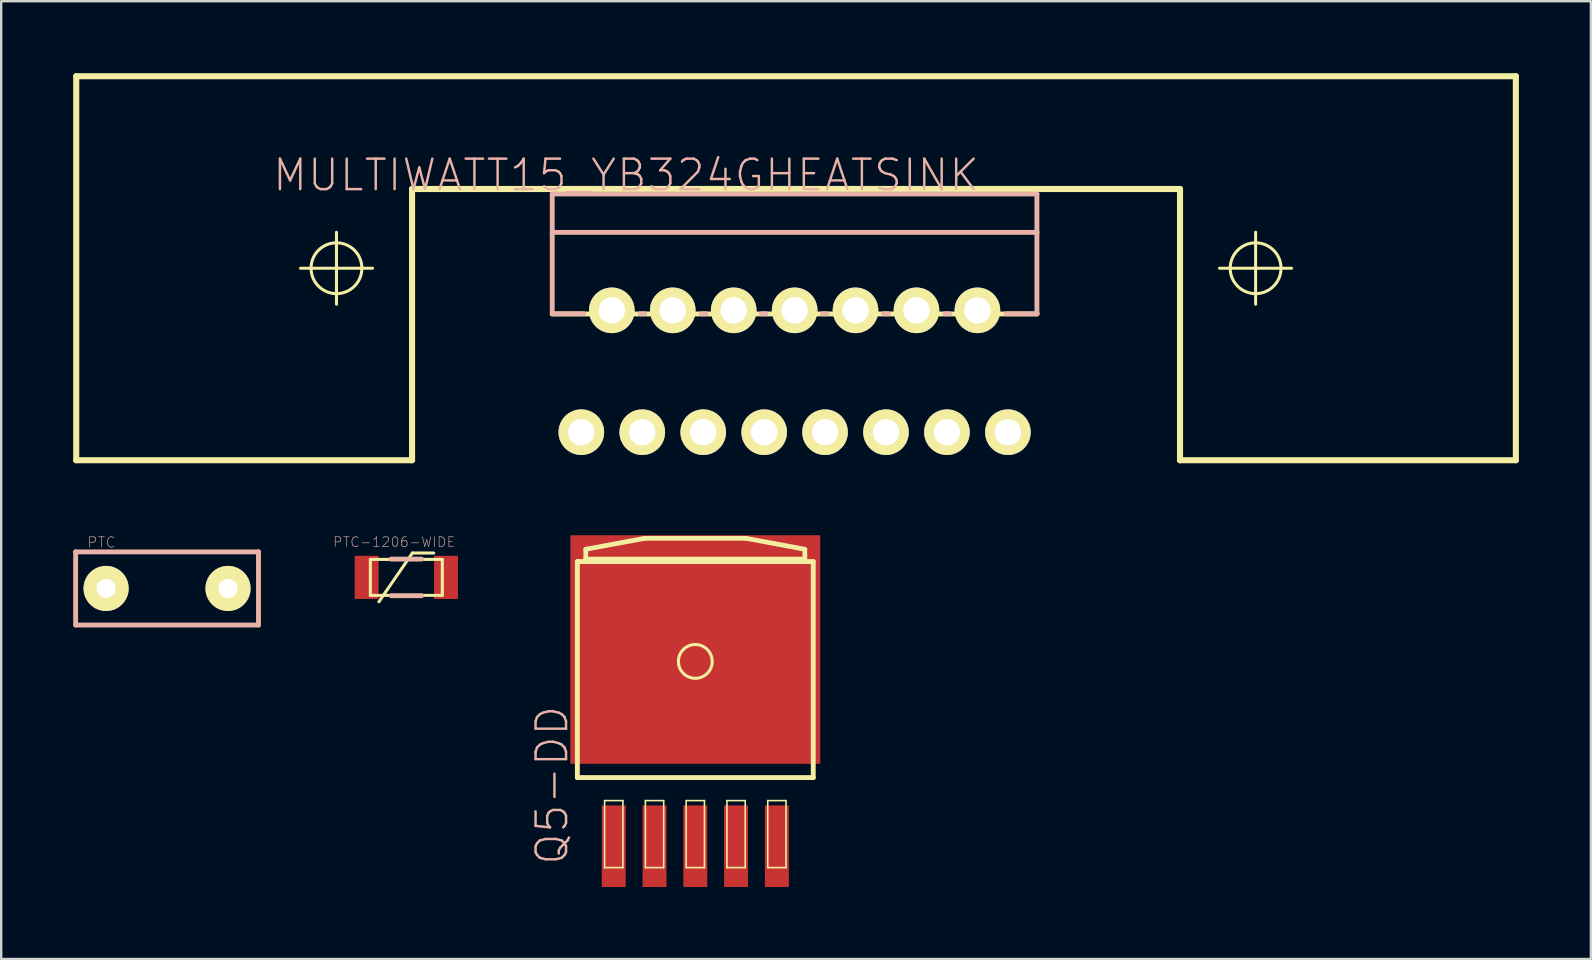
<source format=kicad_pcb>
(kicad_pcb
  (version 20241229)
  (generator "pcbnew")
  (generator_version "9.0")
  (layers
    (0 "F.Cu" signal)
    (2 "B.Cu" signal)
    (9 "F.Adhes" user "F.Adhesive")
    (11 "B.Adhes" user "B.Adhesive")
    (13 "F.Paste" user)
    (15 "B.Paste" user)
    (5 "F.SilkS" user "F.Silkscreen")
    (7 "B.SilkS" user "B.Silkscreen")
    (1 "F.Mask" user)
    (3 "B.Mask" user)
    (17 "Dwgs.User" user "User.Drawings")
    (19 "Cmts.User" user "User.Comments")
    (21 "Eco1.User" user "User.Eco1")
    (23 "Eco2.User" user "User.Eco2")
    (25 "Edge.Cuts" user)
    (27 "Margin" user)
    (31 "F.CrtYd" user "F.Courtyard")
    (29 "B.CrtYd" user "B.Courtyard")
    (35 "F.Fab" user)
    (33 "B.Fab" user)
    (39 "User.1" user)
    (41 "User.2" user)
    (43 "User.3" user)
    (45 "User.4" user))
  (footprint "PTC"
    (layer "F.Cu")
    (at 3.912 21.473)
    (property "Reference" "PTC" (at -2.731 -1.92 0) (layer "B.SilkS") (effects (font (size 0.432 0.432) (thickness 0.025))))
    (attr exclude_from_pos_files exclude_from_bom)
    (fp_line (start -3.81 -1.524) (end 3.81 -1.524) (stroke (width 0.203) (type solid)) (layer "B.SilkS"))
    (fp_line (start -3.81 1.524) (end -3.81 -1.524) (stroke (width 0.203) (type solid)) (layer "B.SilkS"))
    (fp_line (start 3.81 -1.524) (end 3.81 1.524) (stroke (width 0.203) (type solid)) (layer "B.SilkS"))
    (fp_line (start 3.81 1.524) (end -3.81 1.524) (stroke (width 0.203) (type solid)) (layer "B.SilkS"))
    (pad "P$1" thru_hole circle (at -2.54 0) (size 1.88 1.88) (drill 0.798) (layers "*.Cu" "F.Mask" "F.SilkS" "F.Paste"))
    (pad "P$2" thru_hole circle (at 2.54 0) (size 1.88 1.88) (drill 0.798) (layers "*.Cu" "F.Mask" "F.SilkS" "F.Paste")))
  (footprint "PTC-1206-WIDE"
    (layer "F.Cu")
    (at 13.883 21.012)
    (property "Reference" "PTC-1206-WIDE" (at -0.508 -1.473 0) (layer "B.SilkS") (effects (font (size 0.406 0.406) (thickness 0.025))))
    (attr smd)
    (fp_line (start -1.499 -0.749) (end 1.499 -0.749) (stroke (width 0.127) (type solid)) (layer "F.SilkS"))
    (fp_line (start -1.499 0.749) (end -1.499 -0.749) (stroke (width 0.127) (type solid)) (layer "F.SilkS"))
    (fp_line (start -1.143 1.016) (end 0.254 -1.016) (stroke (width 0.127) (type solid)) (layer "F.SilkS"))
    (fp_line (start 0.254 -1.016) (end 1.143 -1.016) (stroke (width 0.127) (type solid)) (layer "F.SilkS"))
    (fp_line (start 1.499 -0.749) (end 1.499 0.749) (stroke (width 0.127) (type solid)) (layer "F.SilkS"))
    (fp_line (start 1.499 0.749) (end -1.499 0.749) (stroke (width 0.127) (type solid)) (layer "F.SilkS"))
    (fp_line (start -0.635 -0.762) (end 0.635 -0.762) (stroke (width 0.203) (type solid)) (layer "B.SilkS"))
    (fp_line (start 0.635 0.762) (end -0.635 0.762) (stroke (width 0.203) (type solid)) (layer "B.SilkS"))
    (pad "1" smd rect (at -1.654 0) (size 0.998 1.798) (layers "F.Cu" "F.Mask" "F.Paste"))
    (pad "2" smd rect (at 1.654 0) (size 0.998 1.798) (layers "F.Cu" "F.Mask" "F.Paste")))
  (footprint "Q5-DD"
    (layer "F.Cu")
    (at 25.926 24.341)
    (property "Reference" "Q5-DD" (at -5.969 5.334 90) (layer "B.SilkS") (effects (font (size 1.27 1.27) (thickness 0.102))))
    (attr smd)
    (fp_line (start -4.915 -3.988) (end 4.915 -3.988) (stroke (width 0.203) (type solid)) (layer "F.SilkS"))
    (fp_line (start -4.915 5.014) (end -4.915 -3.988) (stroke (width 0.203) (type solid)) (layer "F.SilkS"))
    (fp_line (start -4.564 -4.501) (end -2.108 -4.958) (stroke (width 0.198) (type solid)) (layer "F.SilkS"))
    (fp_line (start -4.564 -4.092) (end -4.564 -4.501) (stroke (width 0.198) (type solid)) (layer "F.SilkS"))
    (fp_line (start -3.78 5.972) (end -3.018 5.972) (stroke (width 0.066) (type solid)) (layer "F.SilkS"))
    (fp_line (start -3.78 8.766) (end -3.78 5.972) (stroke (width 0.066) (type solid)) (layer "F.SilkS"))
    (fp_line (start -3.78 8.766) (end -3.018 8.766) (stroke (width 0.066) (type solid)) (layer "F.SilkS"))
    (fp_line (start -3.018 8.766) (end -3.018 5.972) (stroke (width 0.066) (type solid)) (layer "F.SilkS"))
    (fp_line (start -2.108 -4.958) (end 2.108 -4.958) (stroke (width 0.198) (type solid)) (layer "F.SilkS"))
    (fp_line (start -2.08 5.972) (end -1.318 5.972) (stroke (width 0.066) (type solid)) (layer "F.SilkS"))
    (fp_line (start -2.08 8.766) (end -2.08 5.972) (stroke (width 0.066) (type solid)) (layer "F.SilkS"))
    (fp_line (start -2.08 8.766) (end -1.318 8.766) (stroke (width 0.066) (type solid)) (layer "F.SilkS"))
    (fp_line (start -1.318 8.766) (end -1.318 5.972) (stroke (width 0.066) (type solid)) (layer "F.SilkS"))
    (fp_line (start -0.381 5.972) (end 0.381 5.972) (stroke (width 0.066) (type solid)) (layer "F.SilkS"))
    (fp_line (start -0.381 8.766) (end -0.381 5.972) (stroke (width 0.066) (type solid)) (layer "F.SilkS"))
    (fp_line (start -0.381 8.766) (end 0.381 8.766) (stroke (width 0.066) (type solid)) (layer "F.SilkS"))
    (fp_line (start 0.381 8.766) (end 0.381 5.972) (stroke (width 0.066) (type solid)) (layer "F.SilkS"))
    (fp_line (start 1.318 5.972) (end 2.08 5.972) (stroke (width 0.066) (type solid)) (layer "F.SilkS"))
    (fp_line (start 1.318 8.766) (end 1.318 5.972) (stroke (width 0.066) (type solid)) (layer "F.SilkS"))
    (fp_line (start 1.318 8.766) (end 2.08 8.766) (stroke (width 0.066) (type solid)) (layer "F.SilkS"))
    (fp_line (start 2.08 8.766) (end 2.08 5.972) (stroke (width 0.066) (type solid)) (layer "F.SilkS"))
    (fp_line (start 2.108 -4.958) (end 4.564 -4.501) (stroke (width 0.198) (type solid)) (layer "F.SilkS"))
    (fp_line (start 3.018 5.972) (end 3.78 5.972) (stroke (width 0.066) (type solid)) (layer "F.SilkS"))
    (fp_line (start 3.018 8.766) (end 3.018 5.972) (stroke (width 0.066) (type solid)) (layer "F.SilkS"))
    (fp_line (start 3.018 8.766) (end 3.78 8.766) (stroke (width 0.066) (type solid)) (layer "F.SilkS"))
    (fp_line (start 3.78 8.766) (end 3.78 5.972) (stroke (width 0.066) (type solid)) (layer "F.SilkS"))
    (fp_line (start 4.564 -4.501) (end 4.564 -4.092) (stroke (width 0.198) (type solid)) (layer "F.SilkS"))
    (fp_line (start 4.564 -4.092) (end -4.564 -4.092) (stroke (width 0.198) (type solid)) (layer "F.SilkS"))
    (fp_line (start 4.915 -3.988) (end 4.915 5.014) (stroke (width 0.203) (type solid)) (layer "F.SilkS"))
    (fp_line (start 4.915 5.014) (end -4.915 5.014) (stroke (width 0.203) (type solid)) (layer "F.SilkS"))
    (fp_circle (center 0 0.173) (end -0.498 0.671) (stroke (width 0.127) (type solid)) (fill no) (layer "F.SilkS"))
    (pad "1" smd rect (at -3.399 7.874) (size 0.998 3.399) (layers "F.Cu" "F.Mask" "F.Paste"))
    (pad "2" smd rect (at -1.699 7.874) (size 0.998 3.399) (layers "F.Cu" "F.Mask" "F.Paste"))
    (pad "3" smd rect (at 0 7.874) (size 0.998 3.399) (layers "F.Cu" "F.Mask" "F.Paste"))
    (pad "4" smd rect (at 1.699 7.874) (size 0.998 3.399) (layers "F.Cu" "F.Mask" "F.Paste"))
    (pad "5" smd rect (at 3.399 7.874) (size 0.998 3.399) (layers "F.Cu" "F.Mask" "F.Paste"))
    (pad "6" smd rect (at 0 -0.323) (size 10.414 9.525) (layers "F.Cu" "F.Mask" "F.Paste")))
  (footprint "MULTIWATT15_YB324GHEATSINK"
    (layer "F.Cu")
    (at 30.124 12.573)
    (property "Reference" "MULTIWATT15_YB324GHEATSINK" (at -7.084 -8.324 0) (layer "B.SilkS") (effects (font (size 1.27 1.27) (thickness 0.102))))
    (attr exclude_from_pos_files exclude_from_bom)
    (fp_line (start -29.997 -12.446) (end -29.997 3.556) (stroke (width 0.254) (type solid)) (layer "F.SilkS"))
    (fp_line (start -20.648 -4.445) (end -17.65 -4.445) (stroke (width 0.127) (type solid)) (layer "F.SilkS"))
    (fp_line (start -19.152 -2.946) (end -19.152 -5.944) (stroke (width 0.127) (type solid)) (layer "F.SilkS"))
    (fp_line (start -16.002 -7.747) (end -16.002 3.556) (stroke (width 0.254) (type solid)) (layer "F.SilkS"))
    (fp_line (start -16.002 3.556) (end -29.997 3.556) (stroke (width 0.254) (type solid)) (layer "F.SilkS"))
    (fp_line (start 10.038 -2.54) (end -10.16 -2.54) (stroke (width 0.203) (type solid)) (layer "F.SilkS"))
    (fp_line (start 16.002 -7.747) (end -16.002 -7.747) (stroke (width 0.254) (type solid)) (layer "F.SilkS"))
    (fp_line (start 16.002 3.556) (end 16.002 -7.747) (stroke (width 0.254) (type solid)) (layer "F.SilkS"))
    (fp_line (start 17.65 -4.445) (end 20.648 -4.445) (stroke (width 0.127) (type solid)) (layer "F.SilkS"))
    (fp_line (start 19.152 -2.946) (end 19.152 -5.944) (stroke (width 0.127) (type solid)) (layer "F.SilkS"))
    (fp_line (start 29.997 -12.446) (end -29.997 -12.446) (stroke (width 0.254) (type solid)) (layer "F.SilkS"))
    (fp_line (start 29.997 -12.446) (end 29.997 3.556) (stroke (width 0.254) (type solid)) (layer "F.SilkS"))
    (fp_line (start 29.997 3.556) (end 16.002 3.556) (stroke (width 0.254) (type solid)) (layer "F.SilkS"))
    (fp_circle (center -19.152 -4.445) (end -19.901 -5.194) (stroke (width 0.127) (type solid)) (fill no) (layer "F.SilkS"))
    (fp_circle (center 19.152 -4.445) (end 19.901 -5.194) (stroke (width 0.127) (type solid)) (fill no) (layer "F.SilkS"))
    (fp_line (start -10.16 -7.539) (end 10.038 -7.539) (stroke (width 0.203) (type solid)) (layer "B.SilkS"))
    (fp_line (start -10.16 -5.939) (end -10.16 -7.539) (stroke (width 0.203) (type solid)) (layer "B.SilkS"))
    (fp_line (start -10.16 -5.939) (end 10.038 -5.939) (stroke (width 0.203) (type solid)) (layer "B.SilkS"))
    (fp_line (start -10.16 -2.54) (end -10.16 -5.939) (stroke (width 0.203) (type solid)) (layer "B.SilkS"))
    (fp_line (start -10.15 -2.548) (end -8.849 -2.548) (stroke (width 0.203) (type solid)) (layer "B.SilkS"))
    (fp_line (start -6.5 -2.548) (end -6.299 -2.548) (stroke (width 0.203) (type solid)) (layer "B.SilkS"))
    (fp_line (start -3.95 -2.548) (end -3.749 -2.548) (stroke (width 0.203) (type solid)) (layer "B.SilkS"))
    (fp_line (start -1.448 -2.548) (end -1.25 -2.548) (stroke (width 0.203) (type solid)) (layer "B.SilkS"))
    (fp_line (start 1.1 -2.548) (end 1.298 -2.548) (stroke (width 0.203) (type solid)) (layer "B.SilkS"))
    (fp_line (start 3.65 -2.548) (end 3.848 -2.548) (stroke (width 0.203) (type solid)) (layer "B.SilkS"))
    (fp_line (start 6.198 -2.548) (end 6.398 -2.548) (stroke (width 0.203) (type solid)) (layer "B.SilkS"))
    (fp_line (start 10.038 -7.539) (end 10.038 -5.939) (stroke (width 0.203) (type solid)) (layer "B.SilkS"))
    (fp_line (start 10.038 -5.939) (end 10.038 -2.54) (stroke (width 0.203) (type solid)) (layer "B.SilkS"))
    (fp_line (start 10.048 -2.548) (end 8.748 -2.548) (stroke (width 0.203) (type solid)) (layer "B.SilkS"))
    (pad "1" thru_hole circle (at -8.948 2.388) (size 1.9 1.9) (drill 1.1) (layers "*.Cu" "F.Mask" "F.SilkS" "F.Paste"))
    (pad "2" thru_hole circle (at -7.678 -2.69) (size 1.9 1.9) (drill 1.1) (layers "*.Cu" "F.Mask" "F.SilkS" "F.Paste"))
    (pad "3" thru_hole circle (at -6.408 2.388) (size 1.9 1.9) (drill 1.1) (layers "*.Cu" "F.Mask" "F.SilkS" "F.Paste"))
    (pad "4" thru_hole circle (at -5.138 -2.69) (size 1.9 1.9) (drill 1.1) (layers "*.Cu" "F.Mask" "F.SilkS" "F.Paste"))
    (pad "5" thru_hole circle (at -3.868 2.388) (size 1.9 1.9) (drill 1.1) (layers "*.Cu" "F.Mask" "F.SilkS" "F.Paste"))
    (pad "6" thru_hole circle (at -2.598 -2.69) (size 1.9 1.9) (drill 1.1) (layers "*.Cu" "F.Mask" "F.SilkS" "F.Paste"))
    (pad "7" thru_hole circle (at -1.328 2.388) (size 1.9 1.9) (drill 1.1) (layers "*.Cu" "F.Mask" "F.SilkS" "F.Paste"))
    (pad "8" thru_hole circle (at -0.058 -2.69) (size 1.9 1.9) (drill 1.1) (layers "*.Cu" "F.Mask" "F.SilkS" "F.Paste"))
    (pad "9" thru_hole circle (at 1.209 2.388) (size 1.9 1.9) (drill 1.1) (layers "*.Cu" "F.Mask" "F.SilkS" "F.Paste"))
    (pad "10" thru_hole circle (at 2.479 -2.69) (size 1.9 1.9) (drill 1.1) (layers "*.Cu" "F.Mask" "F.SilkS" "F.Paste"))
    (pad "11" thru_hole circle (at 3.749 2.388) (size 1.9 1.9) (drill 1.1) (layers "*.Cu" "F.Mask" "F.SilkS" "F.Paste"))
    (pad "12" thru_hole circle (at 5.019 -2.69) (size 1.9 1.9) (drill 1.1) (layers "*.Cu" "F.Mask" "F.SilkS" "F.Paste"))
    (pad "13" thru_hole circle (at 6.289 2.388) (size 1.9 1.9) (drill 1.1) (layers "*.Cu" "F.Mask" "F.SilkS" "F.Paste"))
    (pad "14" thru_hole circle (at 7.559 -2.69) (size 1.9 1.9) (drill 1.1) (layers "*.Cu" "F.Mask" "F.SilkS" "F.Paste"))
    (pad "15" thru_hole circle (at 8.829 2.388) (size 1.9 1.9) (drill 1.1) (layers "*.Cu" "F.Mask" "F.SilkS" "F.Paste")))
  (gr_rect
    (start -3 -3)
    (end 63.249 36.914)
    (stroke (width 0.1) (type default))
    (fill no)
    (layer "Edge.Cuts")))
</source>
